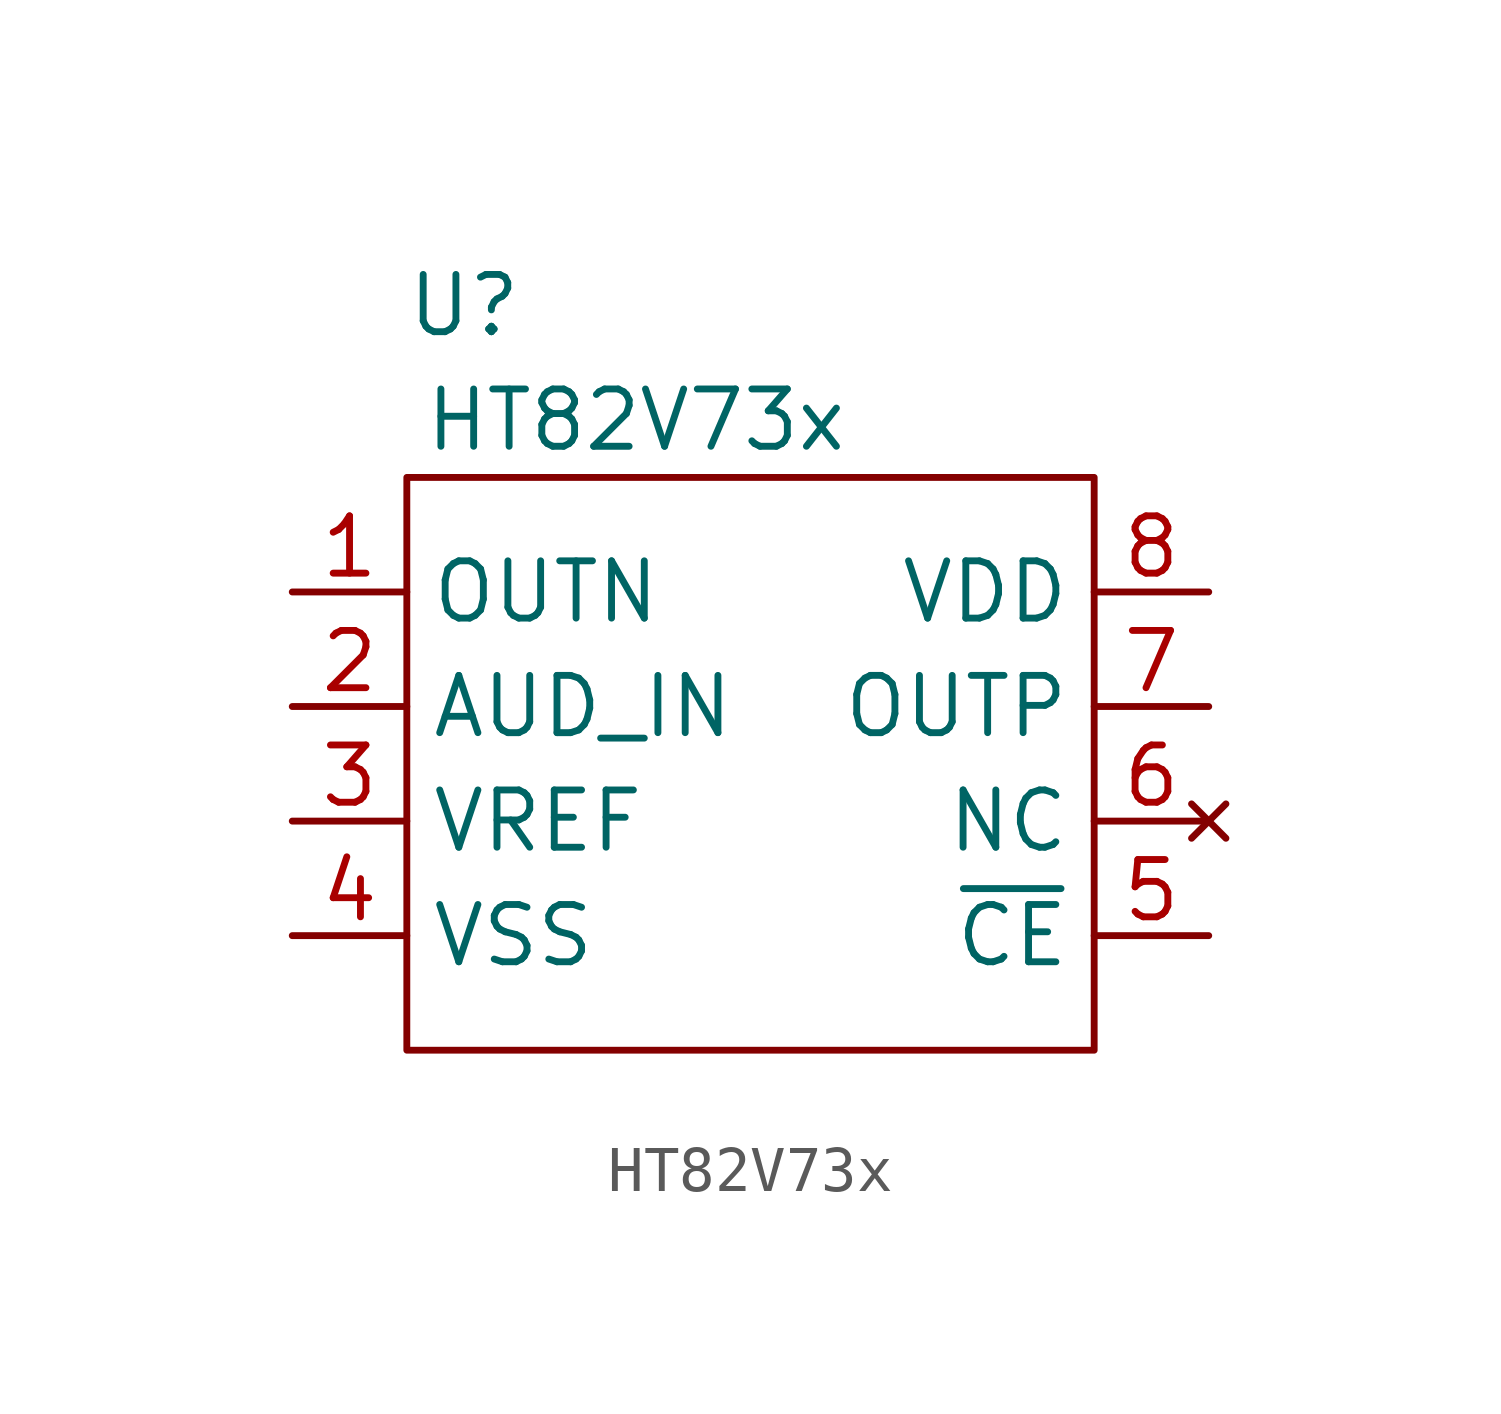
<source format=kicad_sym>
(kicad_symbol_lib
  (version 20211014)
  (generator kicad_symbol_editor)
  (symbol "HT82V73x"
    (property "Reference" "U"
      (at 1.27 3.81 0)
      (effects (font (size 1.27 1.27))))
    (property "Value" "HT82V73x"
      (at 5.08 1.27 0)
      (effects (font (size 1.27 1.27))))
    (symbol "HT82V73x_0_1"
      (rectangle (start 0 0) (end 15.24 -12.7) (stroke (width 0.152) (type default) (color 0 0 0 0)) (fill (type none))))
    (symbol "HT82V73x_1_1"
      (pin output line (at -2.54 -2.54 0) (length 2.54) (name "OUTN" (effects (font (size 1.27 1.27)))) (number "1" (effects (font (size 1.27 1.27)))))
      (pin input line (at -2.54 -5.08 0) (length 2.54) (name "AUD_IN" (effects (font (size 1.27 1.27)))) (number "2" (effects (font (size 1.27 1.27)))))
      (pin output line (at -2.54 -7.62 0) (length 2.54) (name "VREF" (effects (font (size 1.27 1.27)))) (number "3" (effects (font (size 1.27 1.27)))))
      (pin power_in line (at -2.54 -10.16 0) (length 2.54) (name "VSS" (effects (font (size 1.27 1.27)))) (number "4" (effects (font (size 1.27 1.27)))))
      (pin input line (at 17.78 -10.16 180) (length 2.54) (name "~{CE}" (effects (font (size 1.27 1.27)))) (number "5" (effects (font (size 1.27 1.27)))))
      (pin no_connect line (at 17.78 -7.62 180) (length 2.54) (name "NC" (effects (font (size 1.27 1.27)))) (number "6" (effects (font (size 1.27 1.27)))))
      (pin output line (at 17.78 -5.08 180) (length 2.54) (name "OUTP" (effects (font (size 1.27 1.27)))) (number "7" (effects (font (size 1.27 1.27)))))
      (pin power_in line (at 17.78 -2.54 180) (length 2.54) (name "VDD" (effects (font (size 1.27 1.27)))) (number "8" (effects (font (size 1.27 1.27))))))))
</source>
